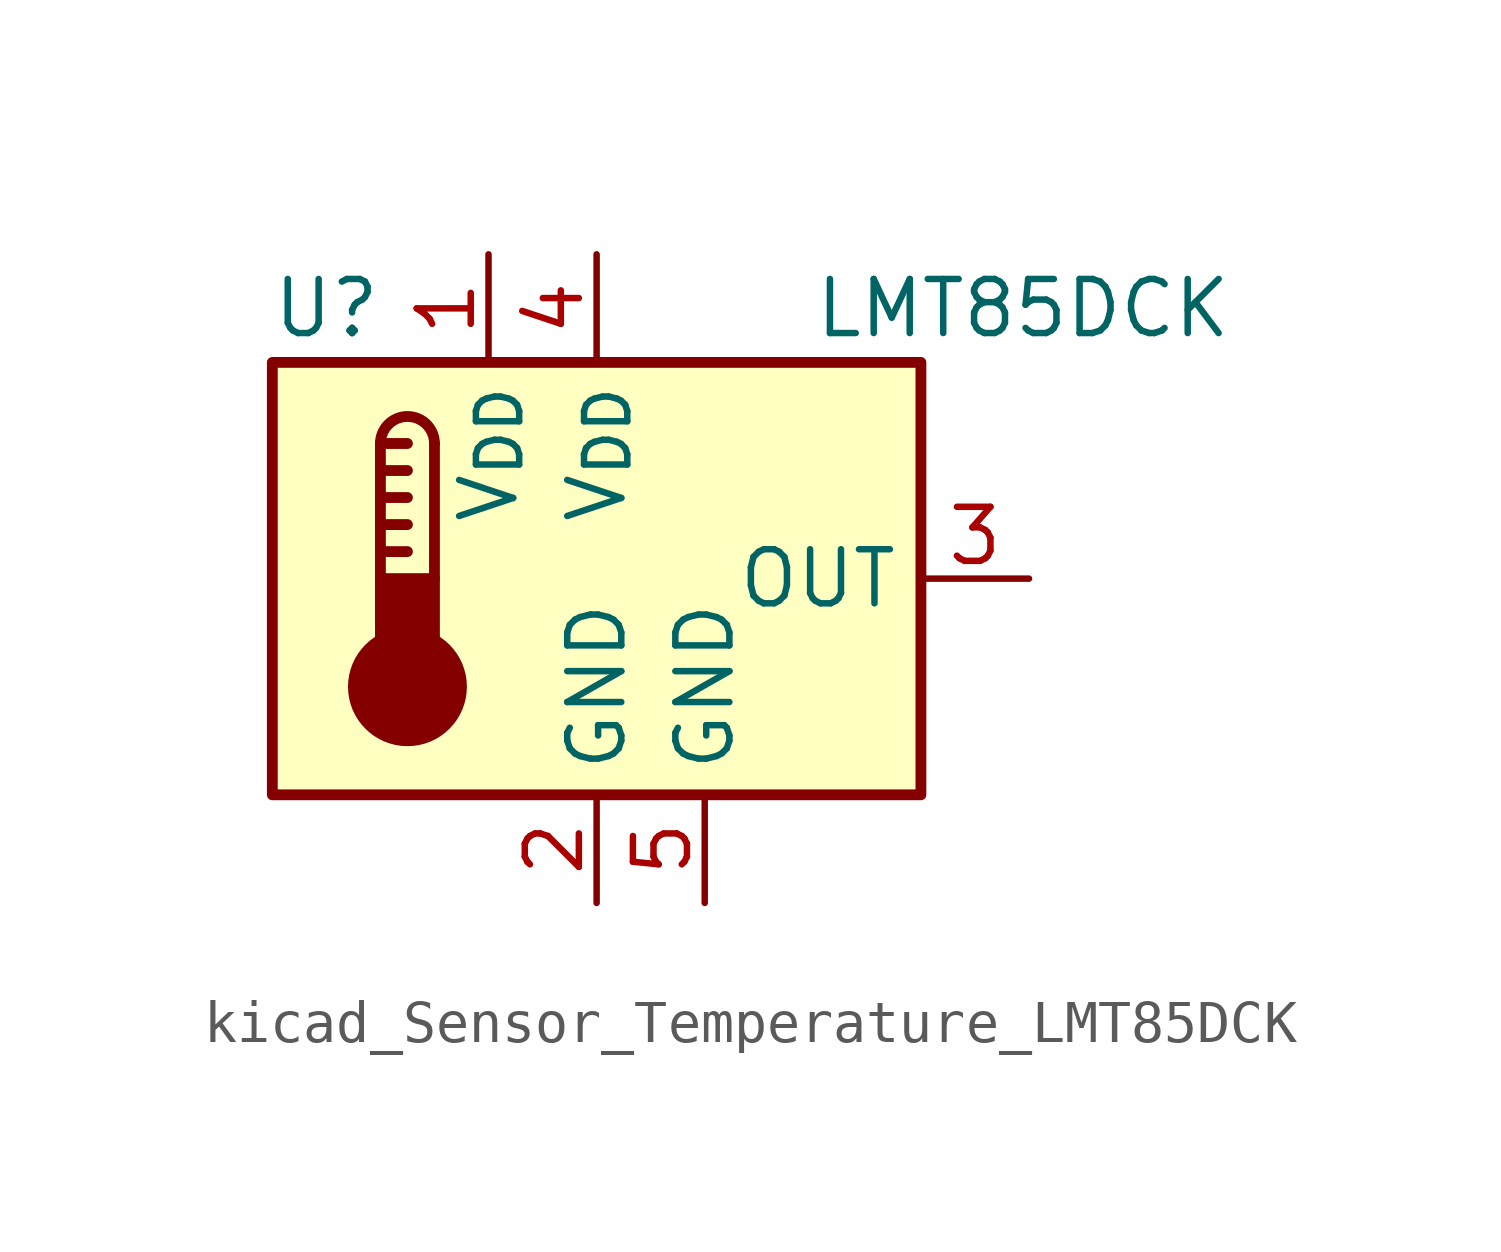
<source format=kicad_sym>
(kicad_symbol_lib
  (version 20220914)
  (generator kicad_symbol_editor)
  (symbol "kicad_Sensor_Temperature_LMT85DCK"
    (property "Reference" "U"
      (at -6.35 6.35 0)
      (effects (font (size 1.27 1.27))))
    (property "Value" "LMT85DCK"
      (at 5.08 6.35 0)
      (effects (font (size 1.27 1.27)) (justify left)))
    (symbol "kicad_Sensor_Temperature_LMT85DCK_0_1"
      (rectangle (start -7.62 5.08) (end 7.62 -5.08) (stroke (width 0.254) (type default)) (fill (type background)))
      (circle (center -4.445 -2.54) (radius 1.27) (stroke (width 0.254) (type default)) (fill (type outline)))
      (rectangle (start -3.81 -1.905) (end -5.08 0) (stroke (width 0.254) (type default)) (fill (type outline)))
      (arc (start -3.81 3.175) (mid -4.445 3.8073) (end -5.08 3.175) (stroke (width 0.254) (type default)) (fill (type none)))
      (polyline (pts (xy -5.08 0.635) (xy -4.445 0.635)) (stroke (width 0.254) (type default)) (fill (type none)))
      (polyline (pts (xy -5.08 1.27) (xy -4.445 1.27)) (stroke (width 0.254) (type default)) (fill (type none)))
      (polyline (pts (xy -5.08 1.905) (xy -4.445 1.905)) (stroke (width 0.254) (type default)) (fill (type none)))
      (polyline (pts (xy -5.08 2.54) (xy -4.445 2.54)) (stroke (width 0.254) (type default)) (fill (type none)))
      (polyline (pts (xy -5.08 3.175) (xy -5.08 0)) (stroke (width 0.254) (type default)) (fill (type none)))
      (polyline (pts (xy -5.08 3.175) (xy -4.445 3.175)) (stroke (width 0.254) (type default)) (fill (type none)))
      (polyline (pts (xy -3.81 3.175) (xy -3.81 0)) (stroke (width 0.254) (type default)) (fill (type none))))
    (symbol "kicad_Sensor_Temperature_LMT85DCK_1_1"
      (pin power_in line (at -2.54 7.62 270) (length 2.54) (name "V_{DD}" (effects (font (size 1.27 1.27)))) (number "1" (effects (font (size 1.27 1.27)))))
      (pin power_in line (at 0 -7.62 90) (length 2.54) (name "GND" (effects (font (size 1.27 1.27)))) (number "2" (effects (font (size 1.27 1.27)))))
      (pin output line (at 10.16 0 180) (length 2.54) (name "OUT" (effects (font (size 1.27 1.27)))) (number "3" (effects (font (size 1.27 1.27)))))
      (pin power_in line (at 0 7.62 270) (length 2.54) (name "V_{DD}" (effects (font (size 1.27 1.27)))) (number "4" (effects (font (size 1.27 1.27)))))
      (pin power_in line (at 2.54 -7.62 90) (length 2.54) (name "GND" (effects (font (size 1.27 1.27)))) (number "5" (effects (font (size 1.27 1.27))))))))
</source>
